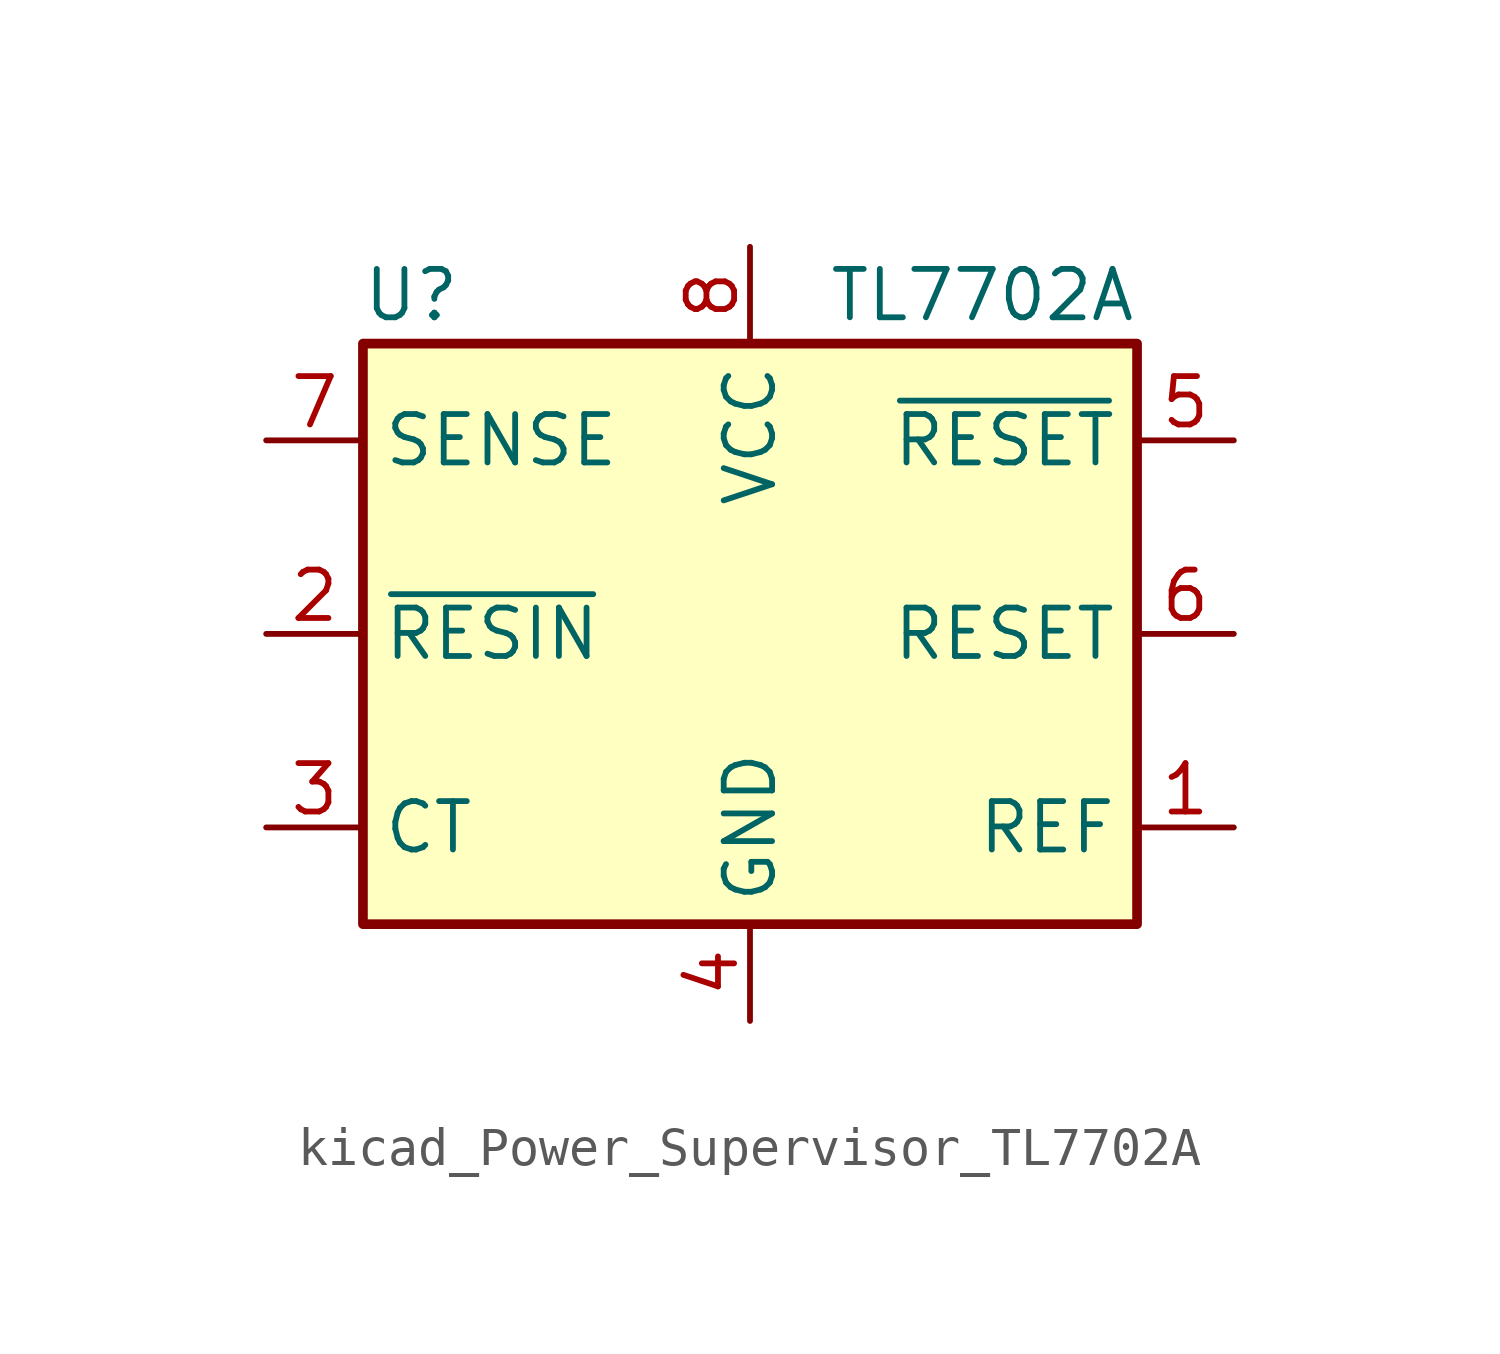
<source format=kicad_sym>
(kicad_symbol_lib
  (version 20220914)
  (generator kicad_symbol_editor)
  (symbol "kicad_Power_Supervisor_TL7702A"
    (property "Reference" "U"
      (at -8.89 8.89 0)
      (effects (font (size 1.27 1.27))))
    (property "Value" "TL7702A"
      (at 10.16 8.89 0)
      (effects (font (size 1.27 1.27)) (justify right)))
    (symbol "kicad_Power_Supervisor_TL7702A_0_1"
      (rectangle (start -10.16 7.62) (end 10.16 -7.62) (stroke (width 0.254) (type default)) (fill (type background))))
    (symbol "kicad_Power_Supervisor_TL7702A_1_1"
      (pin output line (at 12.7 -5.08 180) (length 2.54) (name "REF" (effects (font (size 1.27 1.27)))) (number "1" (effects (font (size 1.27 1.27)))))
      (pin input line (at -12.7 0 0) (length 2.54) (name "~{RESIN}" (effects (font (size 1.27 1.27)))) (number "2" (effects (font (size 1.27 1.27)))))
      (pin passive line (at -12.7 -5.08 0) (length 2.54) (name "CT" (effects (font (size 1.27 1.27)))) (number "3" (effects (font (size 1.27 1.27)))))
      (pin power_in line (at 0 -10.16 90) (length 2.54) (name "GND" (effects (font (size 1.27 1.27)))) (number "4" (effects (font (size 1.27 1.27)))))
      (pin open_collector line (at 12.7 5.08 180) (length 2.54) (name "~{RESET}" (effects (font (size 1.27 1.27)))) (number "5" (effects (font (size 1.27 1.27)))))
      (pin open_collector line (at 12.7 0 180) (length 2.54) (name "RESET" (effects (font (size 1.27 1.27)))) (number "6" (effects (font (size 1.27 1.27)))))
      (pin input line (at -12.7 5.08 0) (length 2.54) (name "SENSE" (effects (font (size 1.27 1.27)))) (number "7" (effects (font (size 1.27 1.27)))))
      (pin power_in line (at 0 10.16 270) (length 2.54) (name "VCC" (effects (font (size 1.27 1.27)))) (number "8" (effects (font (size 1.27 1.27))))))))
</source>
